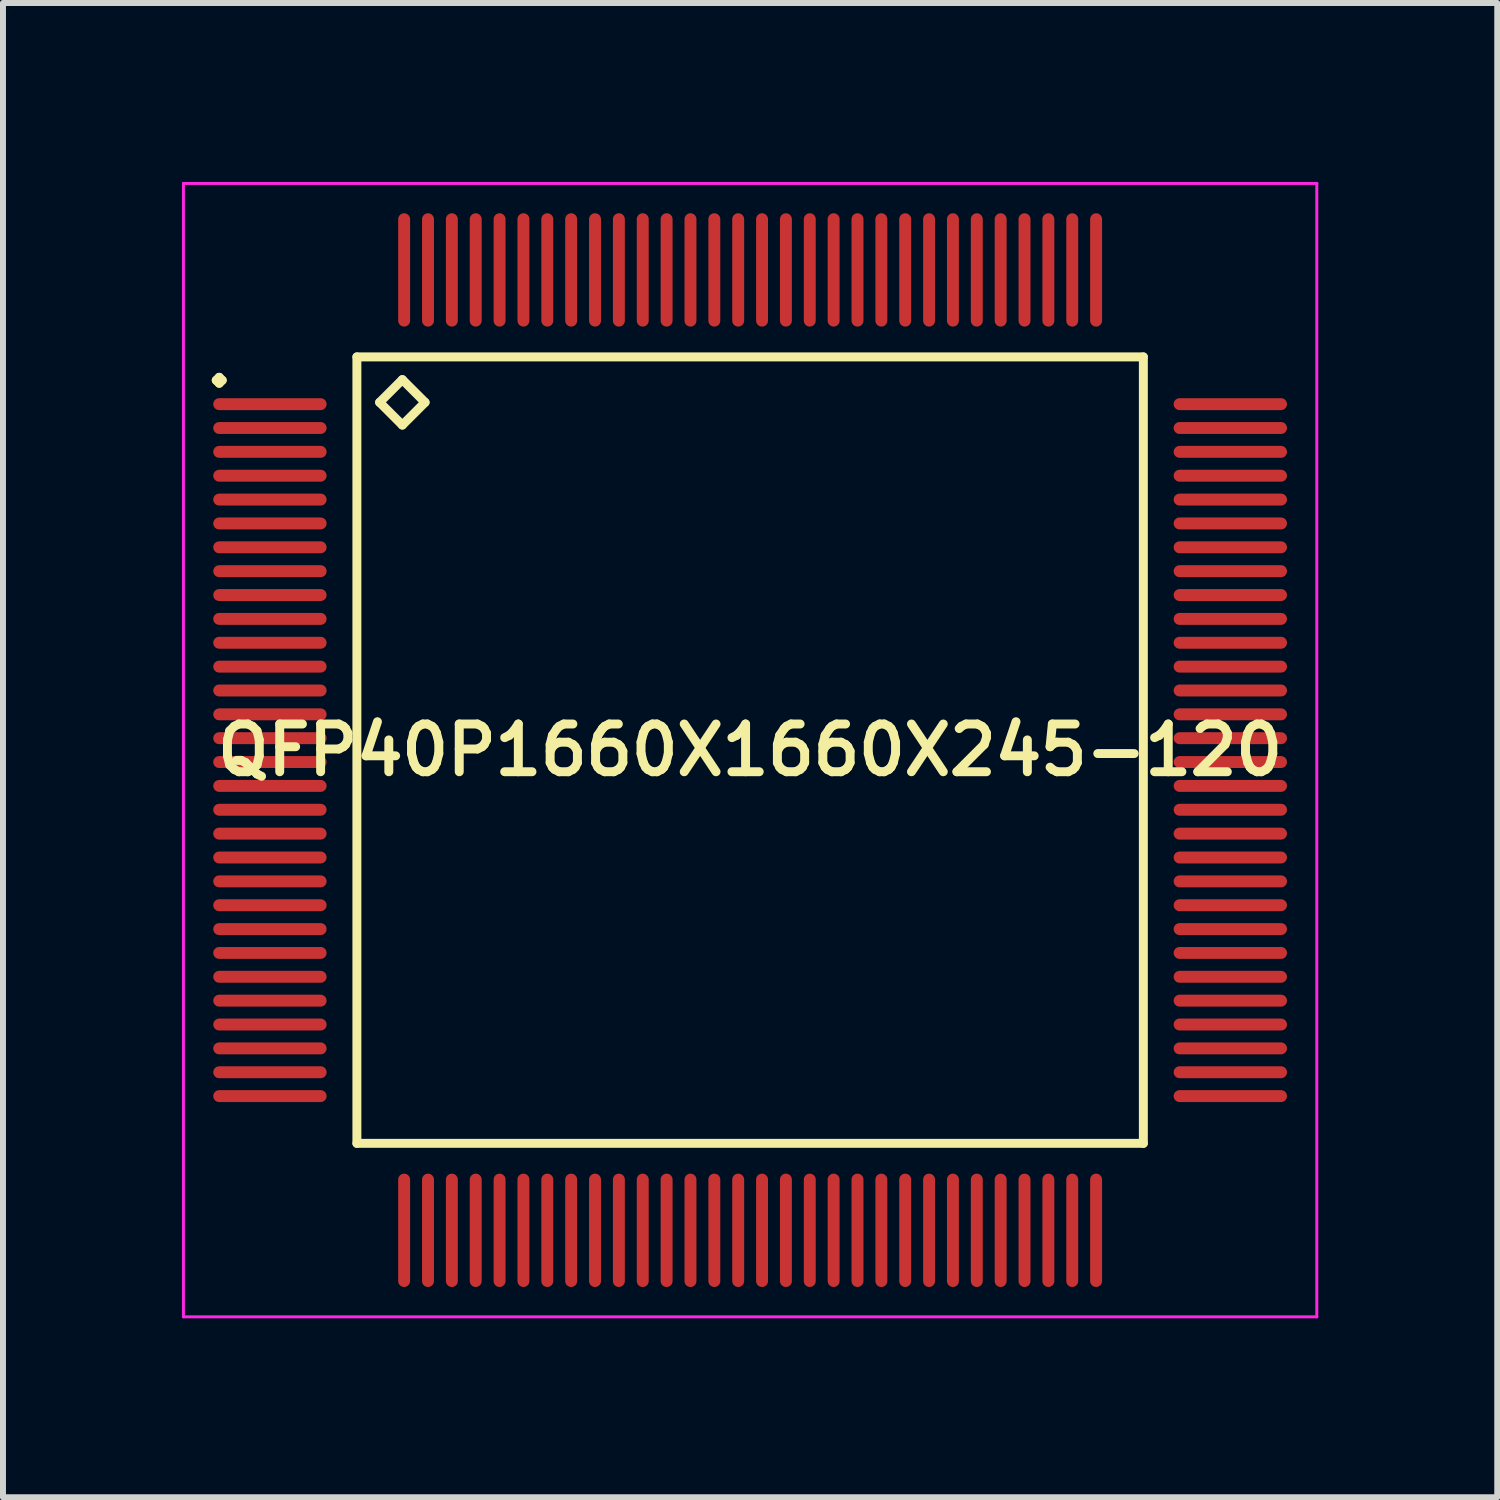
<source format=kicad_pcb>
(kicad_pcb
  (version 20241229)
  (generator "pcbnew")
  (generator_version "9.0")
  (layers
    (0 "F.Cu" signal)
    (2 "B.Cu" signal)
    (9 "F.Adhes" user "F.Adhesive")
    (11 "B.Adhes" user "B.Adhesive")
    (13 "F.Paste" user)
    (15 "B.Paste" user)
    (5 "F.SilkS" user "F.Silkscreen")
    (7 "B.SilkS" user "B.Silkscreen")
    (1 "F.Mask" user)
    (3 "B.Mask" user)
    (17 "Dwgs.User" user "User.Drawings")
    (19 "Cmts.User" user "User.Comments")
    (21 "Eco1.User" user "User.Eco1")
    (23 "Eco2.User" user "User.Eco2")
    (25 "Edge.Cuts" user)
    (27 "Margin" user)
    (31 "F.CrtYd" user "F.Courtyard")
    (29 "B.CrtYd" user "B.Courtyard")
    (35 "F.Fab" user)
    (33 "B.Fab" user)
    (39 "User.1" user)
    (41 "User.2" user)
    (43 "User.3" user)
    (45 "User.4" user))
  (footprint "QFP40P1660X1660X245-120"
    (layer "F.Cu")
    (at 9.525 9.525)
    (property "Reference" "QFP40P1660X1660X245-120" (at 0 0 0) (layer "F.SilkS") (effects (font (size 0.8 0.8) (thickness 0.15))))
    (attr smd)
    (fp_line (start -8.95 -6.2) (end -8.9 -6.25) (stroke (width 0.15) (type solid)) (layer "F.SilkS"))
    (fp_line (start -8.9 -6.25) (end -8.85 -6.2) (stroke (width 0.15) (type solid)) (layer "F.SilkS"))
    (fp_line (start -8.9 -6.15) (end -8.95 -6.2) (stroke (width 0.15) (type solid)) (layer "F.SilkS"))
    (fp_line (start -8.85 -6.2) (end -8.9 -6.15) (stroke (width 0.15) (type solid)) (layer "F.SilkS"))
    (fp_line (start -6.592 -6.592) (end -6.592 6.592) (stroke (width 0.15) (type solid)) (layer "F.SilkS"))
    (fp_line (start -6.592 6.592) (end 6.592 6.592) (stroke (width 0.15) (type solid)) (layer "F.SilkS"))
    (fp_line (start -6.211 -5.83) (end -5.83 -6.211) (stroke (width 0.15) (type solid)) (layer "F.SilkS"))
    (fp_line (start -5.83 -6.211) (end -5.449 -5.83) (stroke (width 0.15) (type solid)) (layer "F.SilkS"))
    (fp_line (start -5.83 -5.449) (end -6.211 -5.83) (stroke (width 0.15) (type solid)) (layer "F.SilkS"))
    (fp_line (start -5.449 -5.83) (end -5.83 -5.449) (stroke (width 0.15) (type solid)) (layer "F.SilkS"))
    (fp_line (start 6.592 -6.592) (end -6.592 -6.592) (stroke (width 0.15) (type solid)) (layer "F.SilkS"))
    (fp_line (start 6.592 6.592) (end 6.592 -6.592) (stroke (width 0.15) (type solid)) (layer "F.SilkS"))
    (fp_line (start -9.5 -9.5) (end 9.5 -9.5) (stroke (width 0.05) (type solid)) (layer "F.CrtYd"))
    (fp_line (start -9.5 9.5) (end -9.5 -9.5) (stroke (width 0.05) (type solid)) (layer "F.CrtYd"))
    (fp_line (start 9.5 -9.5) (end 9.5 9.5) (stroke (width 0.05) (type solid)) (layer "F.CrtYd"))
    (fp_line (start 9.5 9.5) (end -9.5 9.5) (stroke (width 0.05) (type solid)) (layer "F.CrtYd"))
    (pad "1" smd oval (at -8.05 -5.8) (size 1.9 0.2) (layers "F.Cu" "F.Mask" "F.Paste"))
    (pad "2" smd oval (at -8.05 -5.4) (size 1.9 0.2) (layers "F.Cu" "F.Mask" "F.Paste"))
    (pad "3" smd oval (at -8.05 -5) (size 1.9 0.2) (layers "F.Cu" "F.Mask" "F.Paste"))
    (pad "4" smd oval (at -8.05 -4.6) (size 1.9 0.2) (layers "F.Cu" "F.Mask" "F.Paste"))
    (pad "5" smd oval (at -8.05 -4.2) (size 1.9 0.2) (layers "F.Cu" "F.Mask" "F.Paste"))
    (pad "6" smd oval (at -8.05 -3.8) (size 1.9 0.2) (layers "F.Cu" "F.Mask" "F.Paste"))
    (pad "7" smd oval (at -8.05 -3.4) (size 1.9 0.2) (layers "F.Cu" "F.Mask" "F.Paste"))
    (pad "8" smd oval (at -8.05 -3) (size 1.9 0.2) (layers "F.Cu" "F.Mask" "F.Paste"))
    (pad "9" smd oval (at -8.05 -2.6) (size 1.9 0.2) (layers "F.Cu" "F.Mask" "F.Paste"))
    (pad "10" smd oval (at -8.05 -2.2) (size 1.9 0.2) (layers "F.Cu" "F.Mask" "F.Paste"))
    (pad "11" smd oval (at -8.05 -1.8) (size 1.9 0.2) (layers "F.Cu" "F.Mask" "F.Paste"))
    (pad "12" smd oval (at -8.05 -1.4) (size 1.9 0.2) (layers "F.Cu" "F.Mask" "F.Paste"))
    (pad "13" smd oval (at -8.05 -1) (size 1.9 0.2) (layers "F.Cu" "F.Mask" "F.Paste"))
    (pad "14" smd oval (at -8.05 -0.6) (size 1.9 0.2) (layers "F.Cu" "F.Mask" "F.Paste"))
    (pad "15" smd oval (at -8.05 -0.2) (size 1.9 0.2) (layers "F.Cu" "F.Mask" "F.Paste"))
    (pad "16" smd oval (at -8.05 0.2) (size 1.9 0.2) (layers "F.Cu" "F.Mask" "F.Paste"))
    (pad "17" smd oval (at -8.05 0.6) (size 1.9 0.2) (layers "F.Cu" "F.Mask" "F.Paste"))
    (pad "18" smd oval (at -8.05 1) (size 1.9 0.2) (layers "F.Cu" "F.Mask" "F.Paste"))
    (pad "19" smd oval (at -8.05 1.4) (size 1.9 0.2) (layers "F.Cu" "F.Mask" "F.Paste"))
    (pad "20" smd oval (at -8.05 1.8) (size 1.9 0.2) (layers "F.Cu" "F.Mask" "F.Paste"))
    (pad "21" smd oval (at -8.05 2.2) (size 1.9 0.2) (layers "F.Cu" "F.Mask" "F.Paste"))
    (pad "22" smd oval (at -8.05 2.6) (size 1.9 0.2) (layers "F.Cu" "F.Mask" "F.Paste"))
    (pad "23" smd oval (at -8.05 3) (size 1.9 0.2) (layers "F.Cu" "F.Mask" "F.Paste"))
    (pad "24" smd oval (at -8.05 3.4) (size 1.9 0.2) (layers "F.Cu" "F.Mask" "F.Paste"))
    (pad "25" smd oval (at -8.05 3.8) (size 1.9 0.2) (layers "F.Cu" "F.Mask" "F.Paste"))
    (pad "26" smd oval (at -8.05 4.2) (size 1.9 0.2) (layers "F.Cu" "F.Mask" "F.Paste"))
    (pad "27" smd oval (at -8.05 4.6) (size 1.9 0.2) (layers "F.Cu" "F.Mask" "F.Paste"))
    (pad "28" smd oval (at -8.05 5) (size 1.9 0.2) (layers "F.Cu" "F.Mask" "F.Paste"))
    (pad "29" smd oval (at -8.05 5.4) (size 1.9 0.2) (layers "F.Cu" "F.Mask" "F.Paste"))
    (pad "30" smd oval (at -8.05 5.8) (size 1.9 0.2) (layers "F.Cu" "F.Mask" "F.Paste"))
    (pad "31" smd oval (at -5.8 8.05) (size 0.2 1.9) (layers "F.Cu" "F.Mask" "F.Paste"))
    (pad "32" smd oval (at -5.4 8.05) (size 0.2 1.9) (layers "F.Cu" "F.Mask" "F.Paste"))
    (pad "33" smd oval (at -5 8.05) (size 0.2 1.9) (layers "F.Cu" "F.Mask" "F.Paste"))
    (pad "34" smd oval (at -4.6 8.05) (size 0.2 1.9) (layers "F.Cu" "F.Mask" "F.Paste"))
    (pad "35" smd oval (at -4.2 8.05) (size 0.2 1.9) (layers "F.Cu" "F.Mask" "F.Paste"))
    (pad "36" smd oval (at -3.8 8.05) (size 0.2 1.9) (layers "F.Cu" "F.Mask" "F.Paste"))
    (pad "37" smd oval (at -3.4 8.05) (size 0.2 1.9) (layers "F.Cu" "F.Mask" "F.Paste"))
    (pad "38" smd oval (at -3 8.05) (size 0.2 1.9) (layers "F.Cu" "F.Mask" "F.Paste"))
    (pad "39" smd oval (at -2.6 8.05) (size 0.2 1.9) (layers "F.Cu" "F.Mask" "F.Paste"))
    (pad "40" smd oval (at -2.2 8.05) (size 0.2 1.9) (layers "F.Cu" "F.Mask" "F.Paste"))
    (pad "41" smd oval (at -1.8 8.05) (size 0.2 1.9) (layers "F.Cu" "F.Mask" "F.Paste"))
    (pad "42" smd oval (at -1.4 8.05) (size 0.2 1.9) (layers "F.Cu" "F.Mask" "F.Paste"))
    (pad "43" smd oval (at -1 8.05) (size 0.2 1.9) (layers "F.Cu" "F.Mask" "F.Paste"))
    (pad "44" smd oval (at -0.6 8.05) (size 0.2 1.9) (layers "F.Cu" "F.Mask" "F.Paste"))
    (pad "45" smd oval (at -0.2 8.05) (size 0.2 1.9) (layers "F.Cu" "F.Mask" "F.Paste"))
    (pad "46" smd oval (at 0.2 8.05) (size 0.2 1.9) (layers "F.Cu" "F.Mask" "F.Paste"))
    (pad "47" smd oval (at 0.6 8.05) (size 0.2 1.9) (layers "F.Cu" "F.Mask" "F.Paste"))
    (pad "48" smd oval (at 1 8.05) (size 0.2 1.9) (layers "F.Cu" "F.Mask" "F.Paste"))
    (pad "49" smd oval (at 1.4 8.05) (size 0.2 1.9) (layers "F.Cu" "F.Mask" "F.Paste"))
    (pad "50" smd oval (at 1.8 8.05) (size 0.2 1.9) (layers "F.Cu" "F.Mask" "F.Paste"))
    (pad "51" smd oval (at 2.2 8.05) (size 0.2 1.9) (layers "F.Cu" "F.Mask" "F.Paste"))
    (pad "52" smd oval (at 2.6 8.05) (size 0.2 1.9) (layers "F.Cu" "F.Mask" "F.Paste"))
    (pad "53" smd oval (at 3 8.05) (size 0.2 1.9) (layers "F.Cu" "F.Mask" "F.Paste"))
    (pad "54" smd oval (at 3.4 8.05) (size 0.2 1.9) (layers "F.Cu" "F.Mask" "F.Paste"))
    (pad "55" smd oval (at 3.8 8.05) (size 0.2 1.9) (layers "F.Cu" "F.Mask" "F.Paste"))
    (pad "56" smd oval (at 4.2 8.05) (size 0.2 1.9) (layers "F.Cu" "F.Mask" "F.Paste"))
    (pad "57" smd oval (at 4.6 8.05) (size 0.2 1.9) (layers "F.Cu" "F.Mask" "F.Paste"))
    (pad "58" smd oval (at 5 8.05) (size 0.2 1.9) (layers "F.Cu" "F.Mask" "F.Paste"))
    (pad "59" smd oval (at 5.4 8.05) (size 0.2 1.9) (layers "F.Cu" "F.Mask" "F.Paste"))
    (pad "60" smd oval (at 5.8 8.05) (size 0.2 1.9) (layers "F.Cu" "F.Mask" "F.Paste"))
    (pad "61" smd oval (at 8.05 5.8) (size 1.9 0.2) (layers "F.Cu" "F.Mask" "F.Paste"))
    (pad "62" smd oval (at 8.05 5.4) (size 1.9 0.2) (layers "F.Cu" "F.Mask" "F.Paste"))
    (pad "63" smd oval (at 8.05 5) (size 1.9 0.2) (layers "F.Cu" "F.Mask" "F.Paste"))
    (pad "64" smd oval (at 8.05 4.6) (size 1.9 0.2) (layers "F.Cu" "F.Mask" "F.Paste"))
    (pad "65" smd oval (at 8.05 4.2) (size 1.9 0.2) (layers "F.Cu" "F.Mask" "F.Paste"))
    (pad "66" smd oval (at 8.05 3.8) (size 1.9 0.2) (layers "F.Cu" "F.Mask" "F.Paste"))
    (pad "67" smd oval (at 8.05 3.4) (size 1.9 0.2) (layers "F.Cu" "F.Mask" "F.Paste"))
    (pad "68" smd oval (at 8.05 3) (size 1.9 0.2) (layers "F.Cu" "F.Mask" "F.Paste"))
    (pad "69" smd oval (at 8.05 2.6) (size 1.9 0.2) (layers "F.Cu" "F.Mask" "F.Paste"))
    (pad "70" smd oval (at 8.05 2.2) (size 1.9 0.2) (layers "F.Cu" "F.Mask" "F.Paste"))
    (pad "71" smd oval (at 8.05 1.8) (size 1.9 0.2) (layers "F.Cu" "F.Mask" "F.Paste"))
    (pad "72" smd oval (at 8.05 1.4) (size 1.9 0.2) (layers "F.Cu" "F.Mask" "F.Paste"))
    (pad "73" smd oval (at 8.05 1) (size 1.9 0.2) (layers "F.Cu" "F.Mask" "F.Paste"))
    (pad "74" smd oval (at 8.05 0.6) (size 1.9 0.2) (layers "F.Cu" "F.Mask" "F.Paste"))
    (pad "75" smd oval (at 8.05 0.2) (size 1.9 0.2) (layers "F.Cu" "F.Mask" "F.Paste"))
    (pad "76" smd oval (at 8.05 -0.2) (size 1.9 0.2) (layers "F.Cu" "F.Mask" "F.Paste"))
    (pad "77" smd oval (at 8.05 -0.6) (size 1.9 0.2) (layers "F.Cu" "F.Mask" "F.Paste"))
    (pad "78" smd oval (at 8.05 -1) (size 1.9 0.2) (layers "F.Cu" "F.Mask" "F.Paste"))
    (pad "79" smd oval (at 8.05 -1.4) (size 1.9 0.2) (layers "F.Cu" "F.Mask" "F.Paste"))
    (pad "80" smd oval (at 8.05 -1.8) (size 1.9 0.2) (layers "F.Cu" "F.Mask" "F.Paste"))
    (pad "81" smd oval (at 8.05 -2.2) (size 1.9 0.2) (layers "F.Cu" "F.Mask" "F.Paste"))
    (pad "82" smd oval (at 8.05 -2.6) (size 1.9 0.2) (layers "F.Cu" "F.Mask" "F.Paste"))
    (pad "83" smd oval (at 8.05 -3) (size 1.9 0.2) (layers "F.Cu" "F.Mask" "F.Paste"))
    (pad "84" smd oval (at 8.05 -3.4) (size 1.9 0.2) (layers "F.Cu" "F.Mask" "F.Paste"))
    (pad "85" smd oval (at 8.05 -3.8) (size 1.9 0.2) (layers "F.Cu" "F.Mask" "F.Paste"))
    (pad "86" smd oval (at 8.05 -4.2) (size 1.9 0.2) (layers "F.Cu" "F.Mask" "F.Paste"))
    (pad "87" smd oval (at 8.05 -4.6) (size 1.9 0.2) (layers "F.Cu" "F.Mask" "F.Paste"))
    (pad "88" smd oval (at 8.05 -5) (size 1.9 0.2) (layers "F.Cu" "F.Mask" "F.Paste"))
    (pad "89" smd oval (at 8.05 -5.4) (size 1.9 0.2) (layers "F.Cu" "F.Mask" "F.Paste"))
    (pad "90" smd oval (at 8.05 -5.8) (size 1.9 0.2) (layers "F.Cu" "F.Mask" "F.Paste"))
    (pad "91" smd oval (at 5.8 -8.05) (size 0.2 1.9) (layers "F.Cu" "F.Mask" "F.Paste"))
    (pad "92" smd oval (at 5.4 -8.05) (size 0.2 1.9) (layers "F.Cu" "F.Mask" "F.Paste"))
    (pad "93" smd oval (at 5 -8.05) (size 0.2 1.9) (layers "F.Cu" "F.Mask" "F.Paste"))
    (pad "94" smd oval (at 4.6 -8.05) (size 0.2 1.9) (layers "F.Cu" "F.Mask" "F.Paste"))
    (pad "95" smd oval (at 4.2 -8.05) (size 0.2 1.9) (layers "F.Cu" "F.Mask" "F.Paste"))
    (pad "96" smd oval (at 3.8 -8.05) (size 0.2 1.9) (layers "F.Cu" "F.Mask" "F.Paste"))
    (pad "97" smd oval (at 3.4 -8.05) (size 0.2 1.9) (layers "F.Cu" "F.Mask" "F.Paste"))
    (pad "98" smd oval (at 3 -8.05) (size 0.2 1.9) (layers "F.Cu" "F.Mask" "F.Paste"))
    (pad "99" smd oval (at 2.6 -8.05) (size 0.2 1.9) (layers "F.Cu" "F.Mask" "F.Paste"))
    (pad "100" smd oval (at 2.2 -8.05) (size 0.2 1.9) (layers "F.Cu" "F.Mask" "F.Paste"))
    (pad "101" smd oval (at 1.8 -8.05) (size 0.2 1.9) (layers "F.Cu" "F.Mask" "F.Paste"))
    (pad "102" smd oval (at 1.4 -8.05) (size 0.2 1.9) (layers "F.Cu" "F.Mask" "F.Paste"))
    (pad "103" smd oval (at 1 -8.05) (size 0.2 1.9) (layers "F.Cu" "F.Mask" "F.Paste"))
    (pad "104" smd oval (at 0.6 -8.05) (size 0.2 1.9) (layers "F.Cu" "F.Mask" "F.Paste"))
    (pad "105" smd oval (at 0.2 -8.05) (size 0.2 1.9) (layers "F.Cu" "F.Mask" "F.Paste"))
    (pad "106" smd oval (at -0.2 -8.05) (size 0.2 1.9) (layers "F.Cu" "F.Mask" "F.Paste"))
    (pad "107" smd oval (at -0.6 -8.05) (size 0.2 1.9) (layers "F.Cu" "F.Mask" "F.Paste"))
    (pad "108" smd oval (at -1 -8.05) (size 0.2 1.9) (layers "F.Cu" "F.Mask" "F.Paste"))
    (pad "109" smd oval (at -1.4 -8.05) (size 0.2 1.9) (layers "F.Cu" "F.Mask" "F.Paste"))
    (pad "110" smd oval (at -1.8 -8.05) (size 0.2 1.9) (layers "F.Cu" "F.Mask" "F.Paste"))
    (pad "111" smd oval (at -2.2 -8.05) (size 0.2 1.9) (layers "F.Cu" "F.Mask" "F.Paste"))
    (pad "112" smd oval (at -2.6 -8.05) (size 0.2 1.9) (layers "F.Cu" "F.Mask" "F.Paste"))
    (pad "113" smd oval (at -3 -8.05) (size 0.2 1.9) (layers "F.Cu" "F.Mask" "F.Paste"))
    (pad "114" smd oval (at -3.4 -8.05) (size 0.2 1.9) (layers "F.Cu" "F.Mask" "F.Paste"))
    (pad "115" smd oval (at -3.8 -8.05) (size 0.2 1.9) (layers "F.Cu" "F.Mask" "F.Paste"))
    (pad "116" smd oval (at -4.2 -8.05) (size 0.2 1.9) (layers "F.Cu" "F.Mask" "F.Paste"))
    (pad "117" smd oval (at -4.6 -8.05) (size 0.2 1.9) (layers "F.Cu" "F.Mask" "F.Paste"))
    (pad "118" smd oval (at -5 -8.05) (size 0.2 1.9) (layers "F.Cu" "F.Mask" "F.Paste"))
    (pad "119" smd oval (at -5.4 -8.05) (size 0.2 1.9) (layers "F.Cu" "F.Mask" "F.Paste"))
    (pad "120" smd oval (at -5.8 -8.05) (size 0.2 1.9) (layers "F.Cu" "F.Mask" "F.Paste")))
  (gr_rect
    (start -3 -3)
    (end 22.05 22.05)
    (stroke (width 0.1) (type default))
    (fill no)
    (layer "Edge.Cuts")))
</source>
